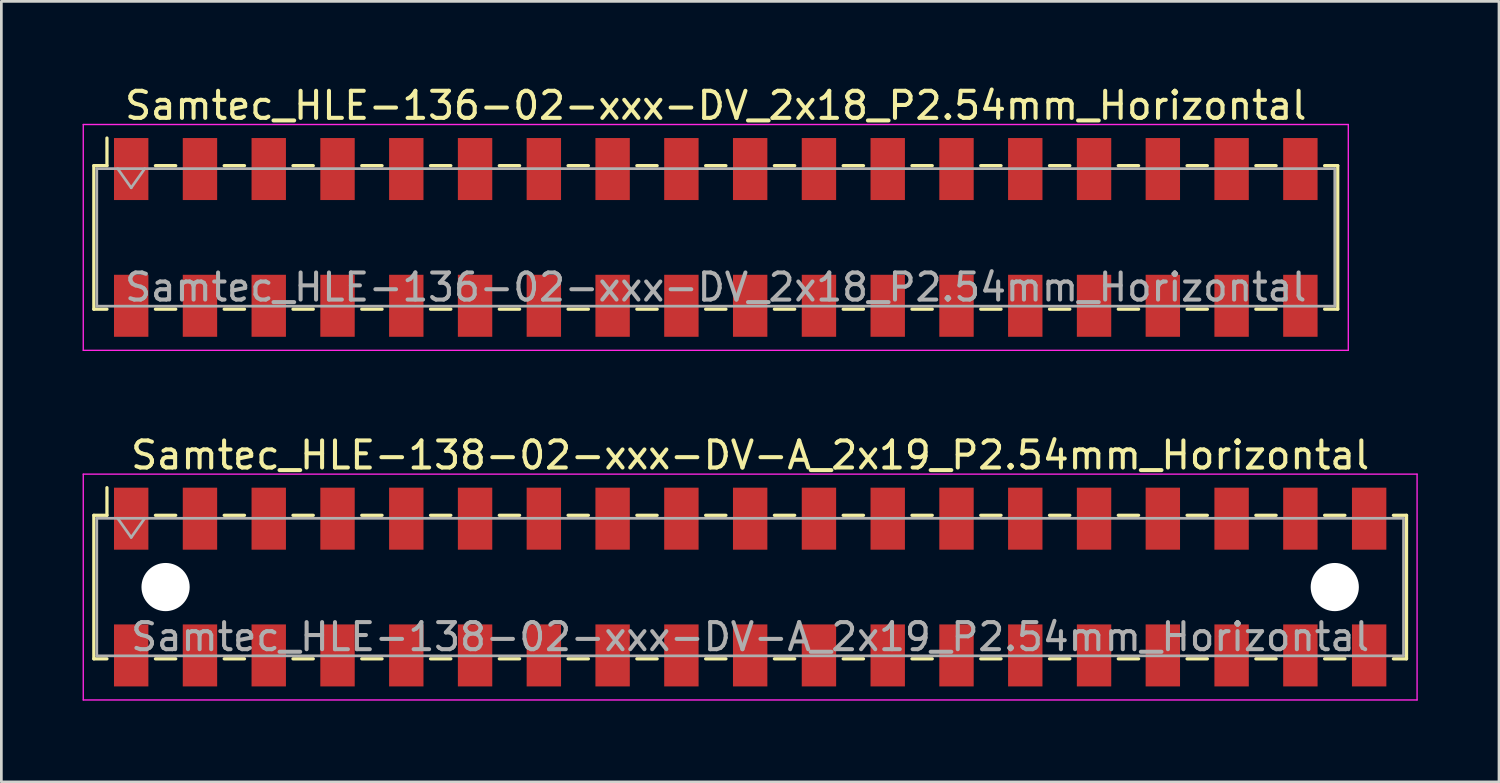
<source format=kicad_pcb>
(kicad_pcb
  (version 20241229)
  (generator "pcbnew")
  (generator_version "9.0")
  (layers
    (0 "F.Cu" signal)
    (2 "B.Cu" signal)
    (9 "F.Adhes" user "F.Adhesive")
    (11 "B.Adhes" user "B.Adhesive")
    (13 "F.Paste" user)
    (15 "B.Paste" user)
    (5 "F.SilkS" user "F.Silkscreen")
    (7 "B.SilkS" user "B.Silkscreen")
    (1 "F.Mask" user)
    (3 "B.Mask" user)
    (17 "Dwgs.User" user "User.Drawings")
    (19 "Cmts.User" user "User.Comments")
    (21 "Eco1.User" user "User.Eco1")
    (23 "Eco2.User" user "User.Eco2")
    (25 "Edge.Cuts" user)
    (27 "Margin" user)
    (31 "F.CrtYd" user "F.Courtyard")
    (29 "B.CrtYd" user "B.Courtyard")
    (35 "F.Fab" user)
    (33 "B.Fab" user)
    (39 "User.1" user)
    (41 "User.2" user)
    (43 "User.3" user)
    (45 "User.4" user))
  (footprint "Samtec_HLE-136-02-xxx-DV_2x18_P2.54mm_Horizontal"
    (layer "F.Cu")
    (at 23.385 5.718)
    (property "Reference" "Samtec_HLE-136-02-xxx-DV_2x18_P2.54mm_Horizontal" (at 0 -4.87 0) (layer "F.SilkS") (effects (font (size 1 1) (thickness 0.15))))
    (attr smd)
    (fp_line (start -22.97 -2.65) (end -22.97 2.65) (stroke (width 0.12) (type solid)) (layer "F.SilkS"))
    (fp_line (start -22.97 2.65) (end -22.485 2.65) (stroke (width 0.12) (type solid)) (layer "F.SilkS"))
    (fp_line (start -22.485 -3.67) (end -22.485 -2.65) (stroke (width 0.12) (type solid)) (layer "F.SilkS"))
    (fp_line (start -22.485 -2.65) (end -22.97 -2.65) (stroke (width 0.12) (type solid)) (layer "F.SilkS"))
    (fp_line (start -20.695 -2.65) (end -19.945 -2.65) (stroke (width 0.12) (type solid)) (layer "F.SilkS"))
    (fp_line (start -20.695 2.65) (end -19.945 2.65) (stroke (width 0.12) (type solid)) (layer "F.SilkS"))
    (fp_line (start -18.155 -2.65) (end -17.405 -2.65) (stroke (width 0.12) (type solid)) (layer "F.SilkS"))
    (fp_line (start -18.155 2.65) (end -17.405 2.65) (stroke (width 0.12) (type solid)) (layer "F.SilkS"))
    (fp_line (start -15.615 -2.65) (end -14.865 -2.65) (stroke (width 0.12) (type solid)) (layer "F.SilkS"))
    (fp_line (start -15.615 2.65) (end -14.865 2.65) (stroke (width 0.12) (type solid)) (layer "F.SilkS"))
    (fp_line (start -13.075 -2.65) (end -12.325 -2.65) (stroke (width 0.12) (type solid)) (layer "F.SilkS"))
    (fp_line (start -13.075 2.65) (end -12.325 2.65) (stroke (width 0.12) (type solid)) (layer "F.SilkS"))
    (fp_line (start -10.535 -2.65) (end -9.785 -2.65) (stroke (width 0.12) (type solid)) (layer "F.SilkS"))
    (fp_line (start -10.535 2.65) (end -9.785 2.65) (stroke (width 0.12) (type solid)) (layer "F.SilkS"))
    (fp_line (start -7.995 -2.65) (end -7.245 -2.65) (stroke (width 0.12) (type solid)) (layer "F.SilkS"))
    (fp_line (start -7.995 2.65) (end -7.245 2.65) (stroke (width 0.12) (type solid)) (layer "F.SilkS"))
    (fp_line (start -5.455 -2.65) (end -4.705 -2.65) (stroke (width 0.12) (type solid)) (layer "F.SilkS"))
    (fp_line (start -5.455 2.65) (end -4.705 2.65) (stroke (width 0.12) (type solid)) (layer "F.SilkS"))
    (fp_line (start -2.915 -2.65) (end -2.165 -2.65) (stroke (width 0.12) (type solid)) (layer "F.SilkS"))
    (fp_line (start -2.915 2.65) (end -2.165 2.65) (stroke (width 0.12) (type solid)) (layer "F.SilkS"))
    (fp_line (start -0.375 -2.65) (end 0.375 -2.65) (stroke (width 0.12) (type solid)) (layer "F.SilkS"))
    (fp_line (start -0.375 2.65) (end 0.375 2.65) (stroke (width 0.12) (type solid)) (layer "F.SilkS"))
    (fp_line (start 2.165 -2.65) (end 2.915 -2.65) (stroke (width 0.12) (type solid)) (layer "F.SilkS"))
    (fp_line (start 2.165 2.65) (end 2.915 2.65) (stroke (width 0.12) (type solid)) (layer "F.SilkS"))
    (fp_line (start 4.705 -2.65) (end 5.455 -2.65) (stroke (width 0.12) (type solid)) (layer "F.SilkS"))
    (fp_line (start 4.705 2.65) (end 5.455 2.65) (stroke (width 0.12) (type solid)) (layer "F.SilkS"))
    (fp_line (start 7.245 -2.65) (end 7.995 -2.65) (stroke (width 0.12) (type solid)) (layer "F.SilkS"))
    (fp_line (start 7.245 2.65) (end 7.995 2.65) (stroke (width 0.12) (type solid)) (layer "F.SilkS"))
    (fp_line (start 9.785 -2.65) (end 10.535 -2.65) (stroke (width 0.12) (type solid)) (layer "F.SilkS"))
    (fp_line (start 9.785 2.65) (end 10.535 2.65) (stroke (width 0.12) (type solid)) (layer "F.SilkS"))
    (fp_line (start 12.325 -2.65) (end 13.075 -2.65) (stroke (width 0.12) (type solid)) (layer "F.SilkS"))
    (fp_line (start 12.325 2.65) (end 13.075 2.65) (stroke (width 0.12) (type solid)) (layer "F.SilkS"))
    (fp_line (start 14.865 -2.65) (end 15.615 -2.65) (stroke (width 0.12) (type solid)) (layer "F.SilkS"))
    (fp_line (start 14.865 2.65) (end 15.615 2.65) (stroke (width 0.12) (type solid)) (layer "F.SilkS"))
    (fp_line (start 17.405 -2.65) (end 18.155 -2.65) (stroke (width 0.12) (type solid)) (layer "F.SilkS"))
    (fp_line (start 17.405 2.65) (end 18.155 2.65) (stroke (width 0.12) (type solid)) (layer "F.SilkS"))
    (fp_line (start 19.945 -2.65) (end 20.695 -2.65) (stroke (width 0.12) (type solid)) (layer "F.SilkS"))
    (fp_line (start 19.945 2.65) (end 20.695 2.65) (stroke (width 0.12) (type solid)) (layer "F.SilkS"))
    (fp_line (start 22.485 -2.65) (end 22.97 -2.65) (stroke (width 0.12) (type solid)) (layer "F.SilkS"))
    (fp_line (start 22.97 -2.65) (end 22.97 2.65) (stroke (width 0.12) (type solid)) (layer "F.SilkS"))
    (fp_line (start 22.97 2.65) (end 22.485 2.65) (stroke (width 0.12) (type solid)) (layer "F.SilkS"))
    (fp_line (start -23.36 -4.17) (end 23.36 -4.17) (stroke (width 0.05) (type solid)) (layer "F.CrtYd"))
    (fp_line (start -23.36 4.17) (end -23.36 -4.17) (stroke (width 0.05) (type solid)) (layer "F.CrtYd"))
    (fp_line (start 23.36 -4.17) (end 23.36 4.17) (stroke (width 0.05) (type solid)) (layer "F.CrtYd"))
    (fp_line (start 23.36 4.17) (end -23.36 4.17) (stroke (width 0.05) (type solid)) (layer "F.CrtYd"))
    (fp_line (start -22.86 -2.54) (end 22.86 -2.54) (stroke (width 0.1) (type solid)) (layer "F.Fab"))
    (fp_line (start -22.86 2.54) (end -22.86 -2.54) (stroke (width 0.1) (type solid)) (layer "F.Fab"))
    (fp_line (start -22.09 -2.54) (end -21.59 -1.833) (stroke (width 0.1) (type solid)) (layer "F.Fab"))
    (fp_line (start -21.59 -1.833) (end -21.09 -2.54) (stroke (width 0.1) (type solid)) (layer "F.Fab"))
    (fp_line (start 22.86 -2.54) (end 22.86 2.54) (stroke (width 0.1) (type solid)) (layer "F.Fab"))
    (fp_line (start 22.86 2.54) (end -22.86 2.54) (stroke (width 0.1) (type solid)) (layer "F.Fab"))
    (fp_text user "${REFERENCE}" (at 0 1.84 0) (layer "F.Fab") (effects (font (size 1 1) (thickness 0.15))))
    (pad "1" smd rect (at -21.59 -2.525) (size 1.27 2.29) (layers "F.Cu" "F.Mask" "F.Paste"))
    (pad "2" smd rect (at -21.59 2.525) (size 1.27 2.29) (layers "F.Cu" "F.Mask" "F.Paste"))
    (pad "3" smd rect (at -19.05 -2.525) (size 1.27 2.29) (layers "F.Cu" "F.Mask" "F.Paste"))
    (pad "4" smd rect (at -19.05 2.525) (size 1.27 2.29) (layers "F.Cu" "F.Mask" "F.Paste"))
    (pad "5" smd rect (at -16.51 -2.525) (size 1.27 2.29) (layers "F.Cu" "F.Mask" "F.Paste"))
    (pad "6" smd rect (at -16.51 2.525) (size 1.27 2.29) (layers "F.Cu" "F.Mask" "F.Paste"))
    (pad "7" smd rect (at -13.97 -2.525) (size 1.27 2.29) (layers "F.Cu" "F.Mask" "F.Paste"))
    (pad "8" smd rect (at -13.97 2.525) (size 1.27 2.29) (layers "F.Cu" "F.Mask" "F.Paste"))
    (pad "9" smd rect (at -11.43 -2.525) (size 1.27 2.29) (layers "F.Cu" "F.Mask" "F.Paste"))
    (pad "10" smd rect (at -11.43 2.525) (size 1.27 2.29) (layers "F.Cu" "F.Mask" "F.Paste"))
    (pad "11" smd rect (at -8.89 -2.525) (size 1.27 2.29) (layers "F.Cu" "F.Mask" "F.Paste"))
    (pad "12" smd rect (at -8.89 2.525) (size 1.27 2.29) (layers "F.Cu" "F.Mask" "F.Paste"))
    (pad "13" smd rect (at -6.35 -2.525) (size 1.27 2.29) (layers "F.Cu" "F.Mask" "F.Paste"))
    (pad "14" smd rect (at -6.35 2.525) (size 1.27 2.29) (layers "F.Cu" "F.Mask" "F.Paste"))
    (pad "15" smd rect (at -3.81 -2.525) (size 1.27 2.29) (layers "F.Cu" "F.Mask" "F.Paste"))
    (pad "16" smd rect (at -3.81 2.525) (size 1.27 2.29) (layers "F.Cu" "F.Mask" "F.Paste"))
    (pad "17" smd rect (at -1.27 -2.525) (size 1.27 2.29) (layers "F.Cu" "F.Mask" "F.Paste"))
    (pad "18" smd rect (at -1.27 2.525) (size 1.27 2.29) (layers "F.Cu" "F.Mask" "F.Paste"))
    (pad "19" smd rect (at 1.27 -2.525) (size 1.27 2.29) (layers "F.Cu" "F.Mask" "F.Paste"))
    (pad "20" smd rect (at 1.27 2.525) (size 1.27 2.29) (layers "F.Cu" "F.Mask" "F.Paste"))
    (pad "21" smd rect (at 3.81 -2.525) (size 1.27 2.29) (layers "F.Cu" "F.Mask" "F.Paste"))
    (pad "22" smd rect (at 3.81 2.525) (size 1.27 2.29) (layers "F.Cu" "F.Mask" "F.Paste"))
    (pad "23" smd rect (at 6.35 -2.525) (size 1.27 2.29) (layers "F.Cu" "F.Mask" "F.Paste"))
    (pad "24" smd rect (at 6.35 2.525) (size 1.27 2.29) (layers "F.Cu" "F.Mask" "F.Paste"))
    (pad "25" smd rect (at 8.89 -2.525) (size 1.27 2.29) (layers "F.Cu" "F.Mask" "F.Paste"))
    (pad "26" smd rect (at 8.89 2.525) (size 1.27 2.29) (layers "F.Cu" "F.Mask" "F.Paste"))
    (pad "27" smd rect (at 11.43 -2.525) (size 1.27 2.29) (layers "F.Cu" "F.Mask" "F.Paste"))
    (pad "28" smd rect (at 11.43 2.525) (size 1.27 2.29) (layers "F.Cu" "F.Mask" "F.Paste"))
    (pad "29" smd rect (at 13.97 -2.525) (size 1.27 2.29) (layers "F.Cu" "F.Mask" "F.Paste"))
    (pad "30" smd rect (at 13.97 2.525) (size 1.27 2.29) (layers "F.Cu" "F.Mask" "F.Paste"))
    (pad "31" smd rect (at 16.51 -2.525) (size 1.27 2.29) (layers "F.Cu" "F.Mask" "F.Paste"))
    (pad "32" smd rect (at 16.51 2.525) (size 1.27 2.29) (layers "F.Cu" "F.Mask" "F.Paste"))
    (pad "33" smd rect (at 19.05 -2.525) (size 1.27 2.29) (layers "F.Cu" "F.Mask" "F.Paste"))
    (pad "34" smd rect (at 19.05 2.525) (size 1.27 2.29) (layers "F.Cu" "F.Mask" "F.Paste"))
    (pad "35" smd rect (at 21.59 -2.525) (size 1.27 2.29) (layers "F.Cu" "F.Mask" "F.Paste"))
    (pad "36" smd rect (at 21.59 2.525) (size 1.27 2.29) (layers "F.Cu" "F.Mask" "F.Paste")))
  (footprint "Samtec_HLE-138-02-xxx-DV-A_2x19_P2.54mm_Horizontal"
    (layer "F.Cu")
    (at 24.655 18.631)
    (property "Reference" "Samtec_HLE-138-02-xxx-DV-A_2x19_P2.54mm_Horizontal" (at 0 -4.87 0) (layer "F.SilkS") (effects (font (size 1 1) (thickness 0.15))))
    (attr smd)
    (fp_line (start -24.24 -2.65) (end -24.24 2.65) (stroke (width 0.12) (type solid)) (layer "F.SilkS"))
    (fp_line (start -24.24 2.65) (end -23.755 2.65) (stroke (width 0.12) (type solid)) (layer "F.SilkS"))
    (fp_line (start -23.755 -3.67) (end -23.755 -2.65) (stroke (width 0.12) (type solid)) (layer "F.SilkS"))
    (fp_line (start -23.755 -2.65) (end -24.24 -2.65) (stroke (width 0.12) (type solid)) (layer "F.SilkS"))
    (fp_line (start -21.965 -2.65) (end -21.215 -2.65) (stroke (width 0.12) (type solid)) (layer "F.SilkS"))
    (fp_line (start -21.965 2.65) (end -21.215 2.65) (stroke (width 0.12) (type solid)) (layer "F.SilkS"))
    (fp_line (start -19.425 -2.65) (end -18.675 -2.65) (stroke (width 0.12) (type solid)) (layer "F.SilkS"))
    (fp_line (start -19.425 2.65) (end -18.675 2.65) (stroke (width 0.12) (type solid)) (layer "F.SilkS"))
    (fp_line (start -16.885 -2.65) (end -16.135 -2.65) (stroke (width 0.12) (type solid)) (layer "F.SilkS"))
    (fp_line (start -16.885 2.65) (end -16.135 2.65) (stroke (width 0.12) (type solid)) (layer "F.SilkS"))
    (fp_line (start -14.345 -2.65) (end -13.595 -2.65) (stroke (width 0.12) (type solid)) (layer "F.SilkS"))
    (fp_line (start -14.345 2.65) (end -13.595 2.65) (stroke (width 0.12) (type solid)) (layer "F.SilkS"))
    (fp_line (start -11.805 -2.65) (end -11.055 -2.65) (stroke (width 0.12) (type solid)) (layer "F.SilkS"))
    (fp_line (start -11.805 2.65) (end -11.055 2.65) (stroke (width 0.12) (type solid)) (layer "F.SilkS"))
    (fp_line (start -9.265 -2.65) (end -8.515 -2.65) (stroke (width 0.12) (type solid)) (layer "F.SilkS"))
    (fp_line (start -9.265 2.65) (end -8.515 2.65) (stroke (width 0.12) (type solid)) (layer "F.SilkS"))
    (fp_line (start -6.725 -2.65) (end -5.975 -2.65) (stroke (width 0.12) (type solid)) (layer "F.SilkS"))
    (fp_line (start -6.725 2.65) (end -5.975 2.65) (stroke (width 0.12) (type solid)) (layer "F.SilkS"))
    (fp_line (start -4.185 -2.65) (end -3.435 -2.65) (stroke (width 0.12) (type solid)) (layer "F.SilkS"))
    (fp_line (start -4.185 2.65) (end -3.435 2.65) (stroke (width 0.12) (type solid)) (layer "F.SilkS"))
    (fp_line (start -1.645 -2.65) (end -0.895 -2.65) (stroke (width 0.12) (type solid)) (layer "F.SilkS"))
    (fp_line (start -1.645 2.65) (end -0.895 2.65) (stroke (width 0.12) (type solid)) (layer "F.SilkS"))
    (fp_line (start 0.895 -2.65) (end 1.645 -2.65) (stroke (width 0.12) (type solid)) (layer "F.SilkS"))
    (fp_line (start 0.895 2.65) (end 1.645 2.65) (stroke (width 0.12) (type solid)) (layer "F.SilkS"))
    (fp_line (start 3.435 -2.65) (end 4.185 -2.65) (stroke (width 0.12) (type solid)) (layer "F.SilkS"))
    (fp_line (start 3.435 2.65) (end 4.185 2.65) (stroke (width 0.12) (type solid)) (layer "F.SilkS"))
    (fp_line (start 5.975 -2.65) (end 6.725 -2.65) (stroke (width 0.12) (type solid)) (layer "F.SilkS"))
    (fp_line (start 5.975 2.65) (end 6.725 2.65) (stroke (width 0.12) (type solid)) (layer "F.SilkS"))
    (fp_line (start 8.515 -2.65) (end 9.265 -2.65) (stroke (width 0.12) (type solid)) (layer "F.SilkS"))
    (fp_line (start 8.515 2.65) (end 9.265 2.65) (stroke (width 0.12) (type solid)) (layer "F.SilkS"))
    (fp_line (start 11.055 -2.65) (end 11.805 -2.65) (stroke (width 0.12) (type solid)) (layer "F.SilkS"))
    (fp_line (start 11.055 2.65) (end 11.805 2.65) (stroke (width 0.12) (type solid)) (layer "F.SilkS"))
    (fp_line (start 13.595 -2.65) (end 14.345 -2.65) (stroke (width 0.12) (type solid)) (layer "F.SilkS"))
    (fp_line (start 13.595 2.65) (end 14.345 2.65) (stroke (width 0.12) (type solid)) (layer "F.SilkS"))
    (fp_line (start 16.135 -2.65) (end 16.885 -2.65) (stroke (width 0.12) (type solid)) (layer "F.SilkS"))
    (fp_line (start 16.135 2.65) (end 16.885 2.65) (stroke (width 0.12) (type solid)) (layer "F.SilkS"))
    (fp_line (start 18.675 -2.65) (end 19.425 -2.65) (stroke (width 0.12) (type solid)) (layer "F.SilkS"))
    (fp_line (start 18.675 2.65) (end 19.425 2.65) (stroke (width 0.12) (type solid)) (layer "F.SilkS"))
    (fp_line (start 21.215 -2.65) (end 21.965 -2.65) (stroke (width 0.12) (type solid)) (layer "F.SilkS"))
    (fp_line (start 21.215 2.65) (end 21.965 2.65) (stroke (width 0.12) (type solid)) (layer "F.SilkS"))
    (fp_line (start 23.755 -2.65) (end 24.24 -2.65) (stroke (width 0.12) (type solid)) (layer "F.SilkS"))
    (fp_line (start 24.24 -2.65) (end 24.24 2.65) (stroke (width 0.12) (type solid)) (layer "F.SilkS"))
    (fp_line (start 24.24 2.65) (end 23.755 2.65) (stroke (width 0.12) (type solid)) (layer "F.SilkS"))
    (fp_line (start -24.63 -4.17) (end 24.63 -4.17) (stroke (width 0.05) (type solid)) (layer "F.CrtYd"))
    (fp_line (start -24.63 4.17) (end -24.63 -4.17) (stroke (width 0.05) (type solid)) (layer "F.CrtYd"))
    (fp_line (start 24.63 -4.17) (end 24.63 4.17) (stroke (width 0.05) (type solid)) (layer "F.CrtYd"))
    (fp_line (start 24.63 4.17) (end -24.63 4.17) (stroke (width 0.05) (type solid)) (layer "F.CrtYd"))
    (fp_line (start -24.13 -2.54) (end 24.13 -2.54) (stroke (width 0.1) (type solid)) (layer "F.Fab"))
    (fp_line (start -24.13 2.54) (end -24.13 -2.54) (stroke (width 0.1) (type solid)) (layer "F.Fab"))
    (fp_line (start -23.36 -2.54) (end -22.86 -1.833) (stroke (width 0.1) (type solid)) (layer "F.Fab"))
    (fp_line (start -22.86 -1.833) (end -22.36 -2.54) (stroke (width 0.1) (type solid)) (layer "F.Fab"))
    (fp_line (start 24.13 -2.54) (end 24.13 2.54) (stroke (width 0.1) (type solid)) (layer "F.Fab"))
    (fp_line (start 24.13 2.54) (end -24.13 2.54) (stroke (width 0.1) (type solid)) (layer "F.Fab"))
    (fp_text user "${REFERENCE}" (at 0 1.84 0) (layer "F.Fab") (effects (font (size 1 1) (thickness 0.15))))
    (pad "" np_thru_hole circle (at -21.59 0) (size 1.78 1.78) (drill 1.78) (layers "*.Cu" "*.Mask"))
    (pad "" np_thru_hole circle (at 21.59 0) (size 1.78 1.78) (drill 1.78) (layers "*.Cu" "*.Mask"))
    (pad "1" smd rect (at -22.86 -2.525) (size 1.27 2.29) (layers "F.Cu" "F.Mask" "F.Paste"))
    (pad "2" smd rect (at -22.86 2.525) (size 1.27 2.29) (layers "F.Cu" "F.Mask" "F.Paste"))
    (pad "3" smd rect (at -20.32 -2.525) (size 1.27 2.29) (layers "F.Cu" "F.Mask" "F.Paste"))
    (pad "4" smd rect (at -20.32 2.525) (size 1.27 2.29) (layers "F.Cu" "F.Mask" "F.Paste"))
    (pad "5" smd rect (at -17.78 -2.525) (size 1.27 2.29) (layers "F.Cu" "F.Mask" "F.Paste"))
    (pad "6" smd rect (at -17.78 2.525) (size 1.27 2.29) (layers "F.Cu" "F.Mask" "F.Paste"))
    (pad "7" smd rect (at -15.24 -2.525) (size 1.27 2.29) (layers "F.Cu" "F.Mask" "F.Paste"))
    (pad "8" smd rect (at -15.24 2.525) (size 1.27 2.29) (layers "F.Cu" "F.Mask" "F.Paste"))
    (pad "9" smd rect (at -12.7 -2.525) (size 1.27 2.29) (layers "F.Cu" "F.Mask" "F.Paste"))
    (pad "10" smd rect (at -12.7 2.525) (size 1.27 2.29) (layers "F.Cu" "F.Mask" "F.Paste"))
    (pad "11" smd rect (at -10.16 -2.525) (size 1.27 2.29) (layers "F.Cu" "F.Mask" "F.Paste"))
    (pad "12" smd rect (at -10.16 2.525) (size 1.27 2.29) (layers "F.Cu" "F.Mask" "F.Paste"))
    (pad "13" smd rect (at -7.62 -2.525) (size 1.27 2.29) (layers "F.Cu" "F.Mask" "F.Paste"))
    (pad "14" smd rect (at -7.62 2.525) (size 1.27 2.29) (layers "F.Cu" "F.Mask" "F.Paste"))
    (pad "15" smd rect (at -5.08 -2.525) (size 1.27 2.29) (layers "F.Cu" "F.Mask" "F.Paste"))
    (pad "16" smd rect (at -5.08 2.525) (size 1.27 2.29) (layers "F.Cu" "F.Mask" "F.Paste"))
    (pad "17" smd rect (at -2.54 -2.525) (size 1.27 2.29) (layers "F.Cu" "F.Mask" "F.Paste"))
    (pad "18" smd rect (at -2.54 2.525) (size 1.27 2.29) (layers "F.Cu" "F.Mask" "F.Paste"))
    (pad "19" smd rect (at 0 -2.525) (size 1.27 2.29) (layers "F.Cu" "F.Mask" "F.Paste"))
    (pad "20" smd rect (at 0 2.525) (size 1.27 2.29) (layers "F.Cu" "F.Mask" "F.Paste"))
    (pad "21" smd rect (at 2.54 -2.525) (size 1.27 2.29) (layers "F.Cu" "F.Mask" "F.Paste"))
    (pad "22" smd rect (at 2.54 2.525) (size 1.27 2.29) (layers "F.Cu" "F.Mask" "F.Paste"))
    (pad "23" smd rect (at 5.08 -2.525) (size 1.27 2.29) (layers "F.Cu" "F.Mask" "F.Paste"))
    (pad "24" smd rect (at 5.08 2.525) (size 1.27 2.29) (layers "F.Cu" "F.Mask" "F.Paste"))
    (pad "25" smd rect (at 7.62 -2.525) (size 1.27 2.29) (layers "F.Cu" "F.Mask" "F.Paste"))
    (pad "26" smd rect (at 7.62 2.525) (size 1.27 2.29) (layers "F.Cu" "F.Mask" "F.Paste"))
    (pad "27" smd rect (at 10.16 -2.525) (size 1.27 2.29) (layers "F.Cu" "F.Mask" "F.Paste"))
    (pad "28" smd rect (at 10.16 2.525) (size 1.27 2.29) (layers "F.Cu" "F.Mask" "F.Paste"))
    (pad "29" smd rect (at 12.7 -2.525) (size 1.27 2.29) (layers "F.Cu" "F.Mask" "F.Paste"))
    (pad "30" smd rect (at 12.7 2.525) (size 1.27 2.29) (layers "F.Cu" "F.Mask" "F.Paste"))
    (pad "31" smd rect (at 15.24 -2.525) (size 1.27 2.29) (layers "F.Cu" "F.Mask" "F.Paste"))
    (pad "32" smd rect (at 15.24 2.525) (size 1.27 2.29) (layers "F.Cu" "F.Mask" "F.Paste"))
    (pad "33" smd rect (at 17.78 -2.525) (size 1.27 2.29) (layers "F.Cu" "F.Mask" "F.Paste"))
    (pad "34" smd rect (at 17.78 2.525) (size 1.27 2.29) (layers "F.Cu" "F.Mask" "F.Paste"))
    (pad "35" smd rect (at 20.32 -2.525) (size 1.27 2.29) (layers "F.Cu" "F.Mask" "F.Paste"))
    (pad "36" smd rect (at 20.32 2.525) (size 1.27 2.29) (layers "F.Cu" "F.Mask" "F.Paste"))
    (pad "37" smd rect (at 22.86 -2.525) (size 1.27 2.29) (layers "F.Cu" "F.Mask" "F.Paste"))
    (pad "38" smd rect (at 22.86 2.525) (size 1.27 2.29) (layers "F.Cu" "F.Mask" "F.Paste")))
  (gr_rect
    (start -3 -3)
    (end 52.31 25.826)
    (stroke (width 0.1) (type default))
    (fill no)
    (layer "Edge.Cuts")))
</source>
